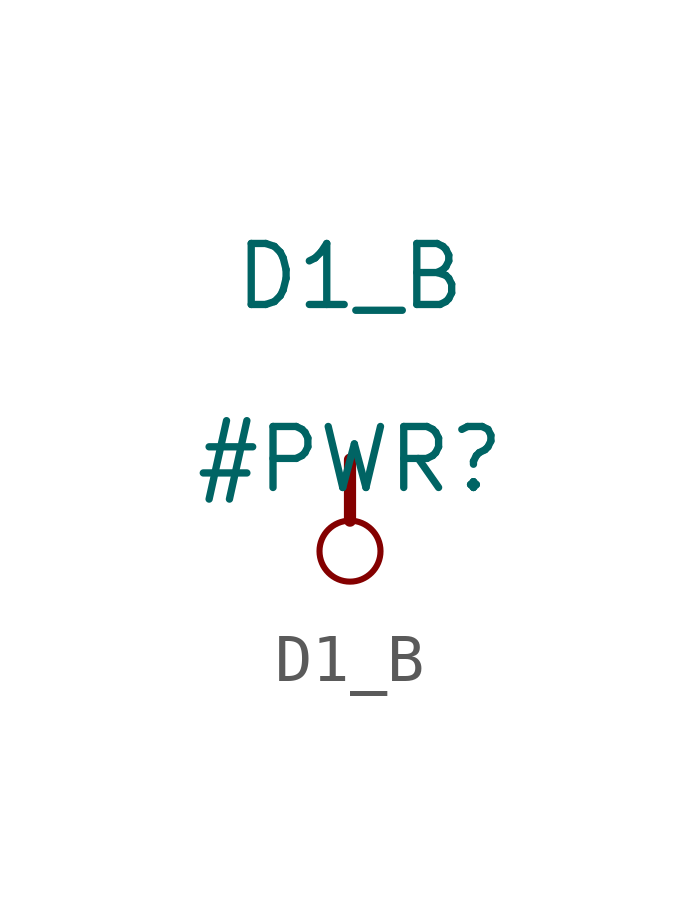
<source format=kicad_sym>
(kicad_symbol_lib
  (version 20211014)
  (generator kicad_symbol_editor)
  (symbol "D1_B"
    (power)
    (property "Reference" "#PWR"
      (at 0 0 0)
      (effects (font (size 1.27 1.27))))
    (property "Value" "D1_B"
      (at 0 3.81 0)
      (effects (font (size 1.27 1.27))))
    (symbol "D1_B_0_0"
      (circle (center 0 -1.905) (radius 0.635) (stroke (width 0.127) (type default) (color 0 0 0 0)) (fill (type none)))
      (polyline (pts (xy 0 0) (xy 0 -1.27)) (stroke (width 0.254) (type default) (color 0 0 0 0)) (fill (type none)))
      (pin power_in line (at 0 0 0) (length 0) hide (name "D1_B" (effects (font (size 1.27 1.27)))) (number "" (effects (font (size 1.27 1.27))))))))
</source>
